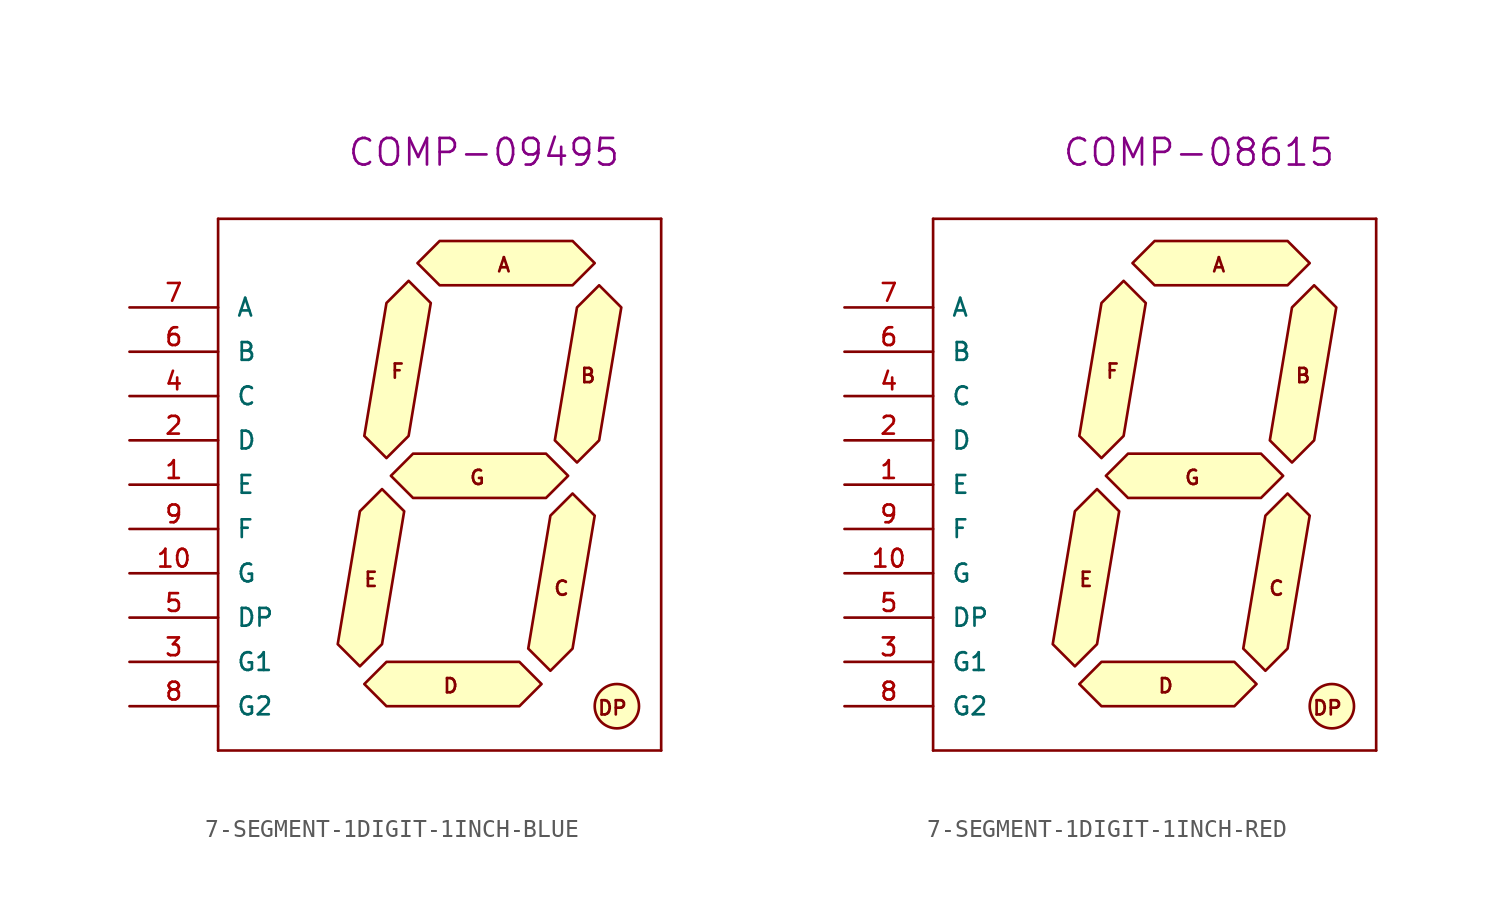
<source format=kicad_sym>
(kicad_symbol_lib
  (version 20211014)
  (generator kicad_symbol_editor)
  (symbol "7-SEGMENT-1DIGIT-1INCH-BLUE"
    (pin_names
      (offset 1.016))
    (property "Reference" "M"
      (at 0 16.51 0)
      (effects (font (size 1.143 1.143)) hide))
    (property "Field4" "COMP-09495"
      (at 0 19.05 0)
      (effects (font (size 1.524 1.524))))
    (property "ki_locked" ""
      (at 0 0 0)
      (effects (font (size 1.27 1.27))))
    (symbol "7-SEGMENT-1DIGIT-1INCH-BLUE_1_0"
      (polyline (pts (xy -15.24 -15.24) (xy -15.24 15.24)) (stroke (width 0) (type default) (color 0 0 0 0)) (fill (type none)))
      (polyline (pts (xy -15.24 -15.24) (xy 10.16 -15.24)) (stroke (width 0) (type default) (color 0 0 0 0)) (fill (type none)))
      (polyline (pts (xy -15.24 15.24) (xy 10.16 15.24)) (stroke (width 0) (type default) (color 0 0 0 0)) (fill (type none)))
      (polyline (pts (xy 10.16 15.24) (xy 10.16 -15.24)) (stroke (width 0) (type default) (color 0 0 0 0)) (fill (type none)))
      (text "A" (at 1.143 12.598 0) (effects (font (size 0.813 0.813))))
      (text "B" (at 5.969 6.248 0) (effects (font (size 0.813 0.813))))
      (text "C" (at 4.445 -5.944 0) (effects (font (size 0.813 0.813))))
      (text "D" (at -1.905 -11.532 0) (effects (font (size 0.813 0.813))))
      (text "DP" (at 7.366 -12.802 0) (effects (font (size 0.813 0.813))))
      (text "E" (at -6.477 -5.436 0) (effects (font (size 0.813 0.813))))
      (text "F" (at -4.953 6.502 0) (effects (font (size 0.813 0.813))))
      (text "G" (at -0.381 0.406 0) (effects (font (size 0.813 0.813)))))
    (symbol "7-SEGMENT-1DIGIT-1INCH-BLUE_1_1"
      (polyline (pts (xy -7.112 -1.524) (xy -8.382 -9.144) (xy -7.112 -10.414) (xy -5.842 -9.144) (xy -4.572 -1.524) (xy -5.842 -0.254) (xy -7.112 -1.524)) (stroke (width 0) (type default) (color 0 0 0 0)) (fill (type background)))
      (polyline (pts (xy -6.858 -11.43) (xy -5.588 -10.16) (xy 2.032 -10.16) (xy 3.302 -11.43) (xy 2.032 -12.7) (xy -5.588 -12.7) (xy -6.858 -11.43)) (stroke (width 0) (type default) (color 0 0 0 0)) (fill (type background)))
      (polyline (pts (xy -5.588 10.414) (xy -6.858 2.794) (xy -5.588 1.524) (xy -4.318 2.794) (xy -3.048 10.414) (xy -4.318 11.684) (xy -5.588 10.414)) (stroke (width 0) (type default) (color 0 0 0 0)) (fill (type background)))
      (polyline (pts (xy -5.334 0.508) (xy -4.064 1.778) (xy 3.556 1.778) (xy 4.826 0.508) (xy 3.556 -0.762) (xy -4.064 -0.762) (xy -5.334 0.508)) (stroke (width 0) (type default) (color 0 0 0 0)) (fill (type background)))
      (polyline (pts (xy -3.81 12.7) (xy -2.54 13.97) (xy 5.08 13.97) (xy 6.35 12.7) (xy 5.08 11.43) (xy -2.54 11.43) (xy -3.81 12.7)) (stroke (width 0) (type default) (color 0 0 0 0)) (fill (type background)))
      (polyline (pts (xy 3.81 -1.778) (xy 2.54 -9.398) (xy 3.81 -10.668) (xy 5.08 -9.398) (xy 6.35 -1.778) (xy 5.08 -0.508) (xy 3.81 -1.778)) (stroke (width 0) (type default) (color 0 0 0 0)) (fill (type background)))
      (polyline (pts (xy 5.334 10.16) (xy 4.064 2.54) (xy 5.334 1.27) (xy 6.604 2.54) (xy 7.874 10.16) (xy 6.604 11.43) (xy 5.334 10.16)) (stroke (width 0) (type default) (color 0 0 0 0)) (fill (type background)))
      (circle (center 7.62 -12.7) (radius 1.27) (stroke (width 0) (type default) (color 0 0 0 0)) (fill (type background)))
      (pin bidirectional line (at -20.32 0 0) (length 5.08) (name "E" (effects (font (size 1.016 1.016)))) (number "1" (effects (font (size 1.016 1.016)))))
      (pin bidirectional line (at -20.32 -5.08 0) (length 5.08) (name "G" (effects (font (size 1.016 1.016)))) (number "10" (effects (font (size 1.016 1.016)))))
      (pin bidirectional line (at -20.32 2.54 0) (length 5.08) (name "D" (effects (font (size 1.016 1.016)))) (number "2" (effects (font (size 1.016 1.016)))))
      (pin bidirectional line (at -20.32 -10.16 0) (length 5.08) (name "G1" (effects (font (size 1.016 1.016)))) (number "3" (effects (font (size 1.016 1.016)))))
      (pin bidirectional line (at -20.32 5.08 0) (length 5.08) (name "C" (effects (font (size 1.016 1.016)))) (number "4" (effects (font (size 1.016 1.016)))))
      (pin bidirectional line (at -20.32 -7.62 0) (length 5.08) (name "DP" (effects (font (size 1.016 1.016)))) (number "5" (effects (font (size 1.016 1.016)))))
      (pin bidirectional line (at -20.32 7.62 0) (length 5.08) (name "B" (effects (font (size 1.016 1.016)))) (number "6" (effects (font (size 1.016 1.016)))))
      (pin bidirectional line (at -20.32 10.16 0) (length 5.08) (name "A" (effects (font (size 1.016 1.016)))) (number "7" (effects (font (size 1.016 1.016)))))
      (pin bidirectional line (at -20.32 -12.7 0) (length 5.08) (name "G2" (effects (font (size 1.016 1.016)))) (number "8" (effects (font (size 1.016 1.016)))))
      (pin bidirectional line (at -20.32 -2.54 0) (length 5.08) (name "F" (effects (font (size 1.016 1.016)))) (number "9" (effects (font (size 1.016 1.016)))))))
  (symbol "7-SEGMENT-1DIGIT-1INCH-RED"
    (pin_names
      (offset 1.016))
    (property "Reference" "M"
      (at 0 16.51 0)
      (effects (font (size 1.143 1.143)) hide))
    (property "Field4" "COMP-08615"
      (at 0 19.05 0)
      (effects (font (size 1.524 1.524))))
    (property "ki_locked" ""
      (at 0 0 0)
      (effects (font (size 1.27 1.27))))
    (symbol "7-SEGMENT-1DIGIT-1INCH-RED_1_0"
      (polyline (pts (xy -15.24 -15.24) (xy -15.24 15.24)) (stroke (width 0) (type default) (color 0 0 0 0)) (fill (type none)))
      (polyline (pts (xy -15.24 -15.24) (xy 10.16 -15.24)) (stroke (width 0) (type default) (color 0 0 0 0)) (fill (type none)))
      (polyline (pts (xy -15.24 15.24) (xy 10.16 15.24)) (stroke (width 0) (type default) (color 0 0 0 0)) (fill (type none)))
      (polyline (pts (xy 10.16 15.24) (xy 10.16 -15.24)) (stroke (width 0) (type default) (color 0 0 0 0)) (fill (type none)))
      (text "A" (at 1.143 12.598 0) (effects (font (size 0.813 0.813))))
      (text "B" (at 5.969 6.248 0) (effects (font (size 0.813 0.813))))
      (text "C" (at 4.445 -5.944 0) (effects (font (size 0.813 0.813))))
      (text "D" (at -1.905 -11.532 0) (effects (font (size 0.813 0.813))))
      (text "DP" (at 7.366 -12.802 0) (effects (font (size 0.813 0.813))))
      (text "E" (at -6.477 -5.436 0) (effects (font (size 0.813 0.813))))
      (text "F" (at -4.953 6.502 0) (effects (font (size 0.813 0.813))))
      (text "G" (at -0.381 0.406 0) (effects (font (size 0.813 0.813)))))
    (symbol "7-SEGMENT-1DIGIT-1INCH-RED_1_1"
      (polyline (pts (xy -7.112 -1.524) (xy -8.382 -9.144) (xy -7.112 -10.414) (xy -5.842 -9.144) (xy -4.572 -1.524) (xy -5.842 -0.254) (xy -7.112 -1.524)) (stroke (width 0) (type default) (color 0 0 0 0)) (fill (type background)))
      (polyline (pts (xy -6.858 -11.43) (xy -5.588 -10.16) (xy 2.032 -10.16) (xy 3.302 -11.43) (xy 2.032 -12.7) (xy -5.588 -12.7) (xy -6.858 -11.43)) (stroke (width 0) (type default) (color 0 0 0 0)) (fill (type background)))
      (polyline (pts (xy -5.588 10.414) (xy -6.858 2.794) (xy -5.588 1.524) (xy -4.318 2.794) (xy -3.048 10.414) (xy -4.318 11.684) (xy -5.588 10.414)) (stroke (width 0) (type default) (color 0 0 0 0)) (fill (type background)))
      (polyline (pts (xy -5.334 0.508) (xy -4.064 1.778) (xy 3.556 1.778) (xy 4.826 0.508) (xy 3.556 -0.762) (xy -4.064 -0.762) (xy -5.334 0.508)) (stroke (width 0) (type default) (color 0 0 0 0)) (fill (type background)))
      (polyline (pts (xy -3.81 12.7) (xy -2.54 13.97) (xy 5.08 13.97) (xy 6.35 12.7) (xy 5.08 11.43) (xy -2.54 11.43) (xy -3.81 12.7)) (stroke (width 0) (type default) (color 0 0 0 0)) (fill (type background)))
      (polyline (pts (xy 3.81 -1.778) (xy 2.54 -9.398) (xy 3.81 -10.668) (xy 5.08 -9.398) (xy 6.35 -1.778) (xy 5.08 -0.508) (xy 3.81 -1.778)) (stroke (width 0) (type default) (color 0 0 0 0)) (fill (type background)))
      (polyline (pts (xy 5.334 10.16) (xy 4.064 2.54) (xy 5.334 1.27) (xy 6.604 2.54) (xy 7.874 10.16) (xy 6.604 11.43) (xy 5.334 10.16)) (stroke (width 0) (type default) (color 0 0 0 0)) (fill (type background)))
      (circle (center 7.62 -12.7) (radius 1.27) (stroke (width 0) (type default) (color 0 0 0 0)) (fill (type background)))
      (pin bidirectional line (at -20.32 0 0) (length 5.08) (name "E" (effects (font (size 1.016 1.016)))) (number "1" (effects (font (size 1.016 1.016)))))
      (pin bidirectional line (at -20.32 -5.08 0) (length 5.08) (name "G" (effects (font (size 1.016 1.016)))) (number "10" (effects (font (size 1.016 1.016)))))
      (pin bidirectional line (at -20.32 2.54 0) (length 5.08) (name "D" (effects (font (size 1.016 1.016)))) (number "2" (effects (font (size 1.016 1.016)))))
      (pin bidirectional line (at -20.32 -10.16 0) (length 5.08) (name "G1" (effects (font (size 1.016 1.016)))) (number "3" (effects (font (size 1.016 1.016)))))
      (pin bidirectional line (at -20.32 5.08 0) (length 5.08) (name "C" (effects (font (size 1.016 1.016)))) (number "4" (effects (font (size 1.016 1.016)))))
      (pin bidirectional line (at -20.32 -7.62 0) (length 5.08) (name "DP" (effects (font (size 1.016 1.016)))) (number "5" (effects (font (size 1.016 1.016)))))
      (pin bidirectional line (at -20.32 7.62 0) (length 5.08) (name "B" (effects (font (size 1.016 1.016)))) (number "6" (effects (font (size 1.016 1.016)))))
      (pin bidirectional line (at -20.32 10.16 0) (length 5.08) (name "A" (effects (font (size 1.016 1.016)))) (number "7" (effects (font (size 1.016 1.016)))))
      (pin bidirectional line (at -20.32 -12.7 0) (length 5.08) (name "G2" (effects (font (size 1.016 1.016)))) (number "8" (effects (font (size 1.016 1.016)))))
      (pin bidirectional line (at -20.32 -2.54 0) (length 5.08) (name "F" (effects (font (size 1.016 1.016)))) (number "9" (effects (font (size 1.016 1.016))))))))
</source>
